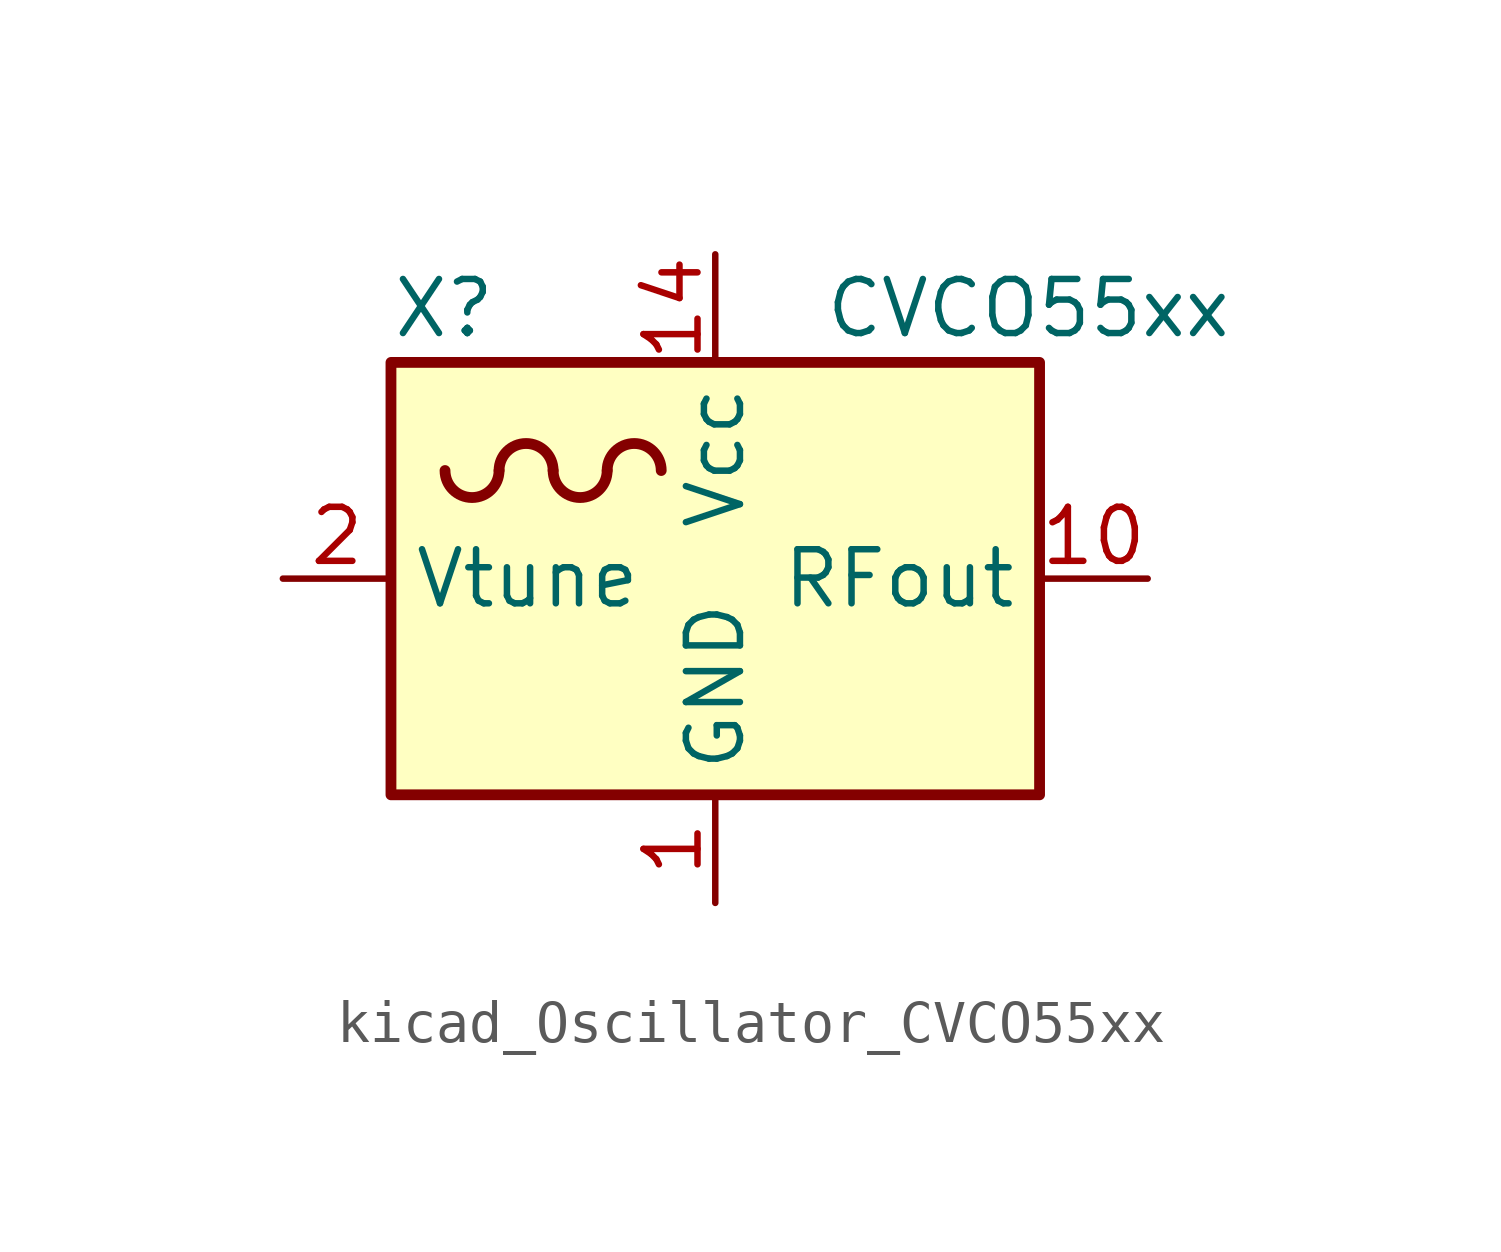
<source format=kicad_sym>
(kicad_symbol_lib
  (version 20220914)
  (generator kicad_symbol_editor)
  (symbol "kicad_Oscillator_CVCO55xx"
    (property "Reference" "X"
      (at -7.62 6.35 0)
      (effects (font (size 1.27 1.27)) (justify left)))
    (property "Value" "CVCO55xx"
      (at 2.54 6.35 0)
      (effects (font (size 1.27 1.27)) (justify left)))
    (symbol "kicad_Oscillator_CVCO55xx_0_0"
      (pin passive line (at 0 -7.62 90) (length 2.54) hide (name "GND" (effects (font (size 1.27 1.27)))) (number "15" (effects (font (size 1.27 1.27)))))
      (pin passive line (at 0 -7.62 90) (length 2.54) hide (name "GND" (effects (font (size 1.27 1.27)))) (number "16" (effects (font (size 1.27 1.27))))))
    (symbol "kicad_Oscillator_CVCO55xx_0_1"
      (rectangle (start -7.62 5.08) (end 7.62 -5.08) (stroke (width 0.254) (type default)) (fill (type background)))
      (arc (start -6.35 2.54) (mid -5.715 1.9077) (end -5.08 2.54) (stroke (width 0.254) (type default)) (fill (type none)))
      (arc (start -3.81 2.54) (mid -4.445 3.1723) (end -5.08 2.54) (stroke (width 0.254) (type default)) (fill (type none)))
      (arc (start -3.81 2.54) (mid -3.175 1.9077) (end -2.54 2.54) (stroke (width 0.254) (type default)) (fill (type none)))
      (arc (start -1.27 2.54) (mid -1.905 3.1723) (end -2.54 2.54) (stroke (width 0.254) (type default)) (fill (type none))))
    (symbol "kicad_Oscillator_CVCO55xx_1_1"
      (pin power_in line (at 0 -7.62 90) (length 2.54) (name "GND" (effects (font (size 1.27 1.27)))) (number "1" (effects (font (size 1.27 1.27)))))
      (pin output line (at 10.16 0 180) (length 2.54) (name "RFout" (effects (font (size 1.27 1.27)))) (number "10" (effects (font (size 1.27 1.27)))))
      (pin passive line (at 0 -7.62 90) (length 2.54) hide (name "GND" (effects (font (size 1.27 1.27)))) (number "11" (effects (font (size 1.27 1.27)))))
      (pin passive line (at 0 -7.62 90) (length 2.54) hide (name "GND" (effects (font (size 1.27 1.27)))) (number "12" (effects (font (size 1.27 1.27)))))
      (pin passive line (at 0 -7.62 90) (length 2.54) hide (name "GND" (effects (font (size 1.27 1.27)))) (number "13" (effects (font (size 1.27 1.27)))))
      (pin power_in line (at 0 7.62 270) (length 2.54) (name "Vcc" (effects (font (size 1.27 1.27)))) (number "14" (effects (font (size 1.27 1.27)))))
      (pin passive line (at -10.16 0 0) (length 2.54) (name "Vtune" (effects (font (size 1.27 1.27)))) (number "2" (effects (font (size 1.27 1.27)))))
      (pin passive line (at 0 -7.62 90) (length 2.54) hide (name "GND" (effects (font (size 1.27 1.27)))) (number "3" (effects (font (size 1.27 1.27)))))
      (pin passive line (at 0 -7.62 90) (length 2.54) hide (name "GND" (effects (font (size 1.27 1.27)))) (number "4" (effects (font (size 1.27 1.27)))))
      (pin passive line (at 0 -7.62 90) (length 2.54) hide (name "GND" (effects (font (size 1.27 1.27)))) (number "5" (effects (font (size 1.27 1.27)))))
      (pin passive line (at 0 -7.62 90) (length 2.54) hide (name "GND" (effects (font (size 1.27 1.27)))) (number "6" (effects (font (size 1.27 1.27)))))
      (pin passive line (at 0 -7.62 90) (length 2.54) hide (name "GND" (effects (font (size 1.27 1.27)))) (number "7" (effects (font (size 1.27 1.27)))))
      (pin passive line (at 0 -7.62 90) (length 2.54) hide (name "GND" (effects (font (size 1.27 1.27)))) (number "8" (effects (font (size 1.27 1.27)))))
      (pin passive line (at 0 -7.62 90) (length 2.54) hide (name "GND" (effects (font (size 1.27 1.27)))) (number "9" (effects (font (size 1.27 1.27))))))))
</source>
